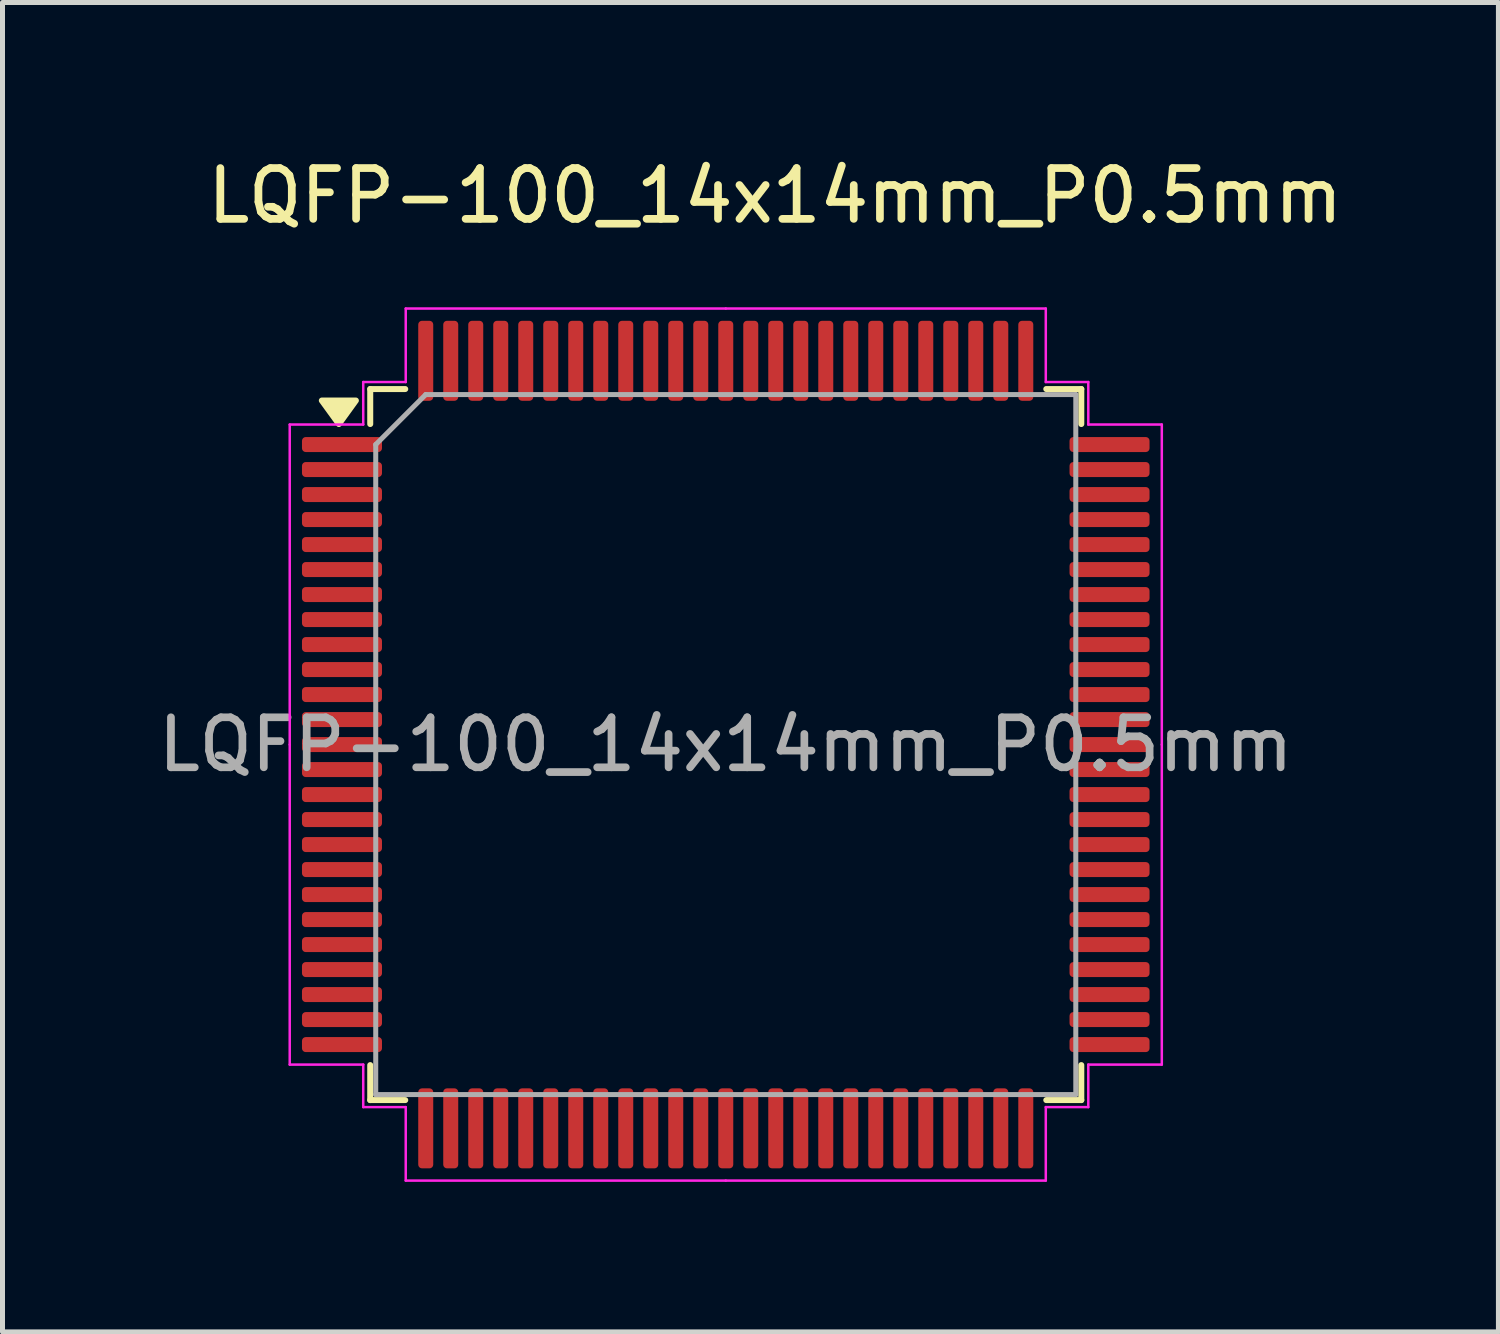
<source format=kicad_pcb>
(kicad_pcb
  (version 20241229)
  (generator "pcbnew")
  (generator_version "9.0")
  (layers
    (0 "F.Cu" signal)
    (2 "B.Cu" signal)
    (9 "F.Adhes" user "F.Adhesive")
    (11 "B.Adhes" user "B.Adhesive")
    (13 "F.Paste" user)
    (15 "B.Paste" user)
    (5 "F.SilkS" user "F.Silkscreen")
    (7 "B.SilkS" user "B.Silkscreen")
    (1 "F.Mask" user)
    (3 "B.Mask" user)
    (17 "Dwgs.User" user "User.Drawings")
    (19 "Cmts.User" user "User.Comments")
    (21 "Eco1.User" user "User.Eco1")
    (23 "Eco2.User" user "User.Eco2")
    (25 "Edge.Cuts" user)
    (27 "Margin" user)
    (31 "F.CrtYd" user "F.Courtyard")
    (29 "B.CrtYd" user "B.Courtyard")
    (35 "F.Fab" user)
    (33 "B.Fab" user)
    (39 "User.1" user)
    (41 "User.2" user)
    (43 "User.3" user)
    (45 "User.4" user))
  (footprint "LQFP-100_14x14mm_P0.5mm"
    (layer "F.Cu")
    (at 11.464 11.84)
    (property "Reference" "LQFP-100_14x14mm_P0.5mm" (at 0.988 -10.975 0) (layer "F.SilkS") (effects (font (size 1.016 1) (thickness 0.154))))
    (attr smd)
    (fp_line (start -7.11 -7.11) (end -7.11 -6.41) (stroke (width 0.12) (type solid)) (layer "F.SilkS"))
    (fp_line (start -7.11 7.11) (end -7.11 6.41) (stroke (width 0.12) (type solid)) (layer "F.SilkS"))
    (fp_line (start -6.41 -7.11) (end -7.11 -7.11) (stroke (width 0.12) (type solid)) (layer "F.SilkS"))
    (fp_line (start -6.41 7.11) (end -7.11 7.11) (stroke (width 0.12) (type solid)) (layer "F.SilkS"))
    (fp_line (start 6.41 -7.11) (end 7.11 -7.11) (stroke (width 0.12) (type solid)) (layer "F.SilkS"))
    (fp_line (start 6.41 7.11) (end 7.11 7.11) (stroke (width 0.12) (type solid)) (layer "F.SilkS"))
    (fp_line (start 7.11 -7.11) (end 7.11 -6.41) (stroke (width 0.12) (type solid)) (layer "F.SilkS"))
    (fp_line (start 7.11 7.11) (end 7.11 6.41) (stroke (width 0.12) (type solid)) (layer "F.SilkS"))
    (fp_poly (pts (xy -7.737 -6.41) (xy -8.078 -6.88) (xy -7.397 -6.88) (xy -7.737 -6.41)) (stroke (width 0.12) (type solid)) (fill yes) (layer "F.SilkS"))
    (fp_line (start -8.72 -6.4) (end -8.72 0) (stroke (width 0.05) (type solid)) (layer "F.CrtYd"))
    (fp_line (start -8.72 6.4) (end -8.72 0) (stroke (width 0.05) (type solid)) (layer "F.CrtYd"))
    (fp_line (start -7.25 -7.25) (end -7.25 -6.4) (stroke (width 0.05) (type solid)) (layer "F.CrtYd"))
    (fp_line (start -7.25 -6.4) (end -8.72 -6.4) (stroke (width 0.05) (type solid)) (layer "F.CrtYd"))
    (fp_line (start -7.25 6.4) (end -8.72 6.4) (stroke (width 0.05) (type solid)) (layer "F.CrtYd"))
    (fp_line (start -7.25 7.25) (end -7.25 6.4) (stroke (width 0.05) (type solid)) (layer "F.CrtYd"))
    (fp_line (start -6.4 -8.72) (end -6.4 -7.25) (stroke (width 0.05) (type solid)) (layer "F.CrtYd"))
    (fp_line (start -6.4 -7.25) (end -7.25 -7.25) (stroke (width 0.05) (type solid)) (layer "F.CrtYd"))
    (fp_line (start -6.4 7.25) (end -7.25 7.25) (stroke (width 0.05) (type solid)) (layer "F.CrtYd"))
    (fp_line (start -6.4 8.72) (end -6.4 7.25) (stroke (width 0.05) (type solid)) (layer "F.CrtYd"))
    (fp_line (start 0 -8.72) (end -6.4 -8.72) (stroke (width 0.05) (type solid)) (layer "F.CrtYd"))
    (fp_line (start 0 -8.72) (end 6.4 -8.72) (stroke (width 0.05) (type solid)) (layer "F.CrtYd"))
    (fp_line (start 0 8.72) (end -6.4 8.72) (stroke (width 0.05) (type solid)) (layer "F.CrtYd"))
    (fp_line (start 0 8.72) (end 6.4 8.72) (stroke (width 0.05) (type solid)) (layer "F.CrtYd"))
    (fp_line (start 6.4 -8.72) (end 6.4 -7.25) (stroke (width 0.05) (type solid)) (layer "F.CrtYd"))
    (fp_line (start 6.4 -7.25) (end 7.25 -7.25) (stroke (width 0.05) (type solid)) (layer "F.CrtYd"))
    (fp_line (start 6.4 7.25) (end 7.25 7.25) (stroke (width 0.05) (type solid)) (layer "F.CrtYd"))
    (fp_line (start 6.4 8.72) (end 6.4 7.25) (stroke (width 0.05) (type solid)) (layer "F.CrtYd"))
    (fp_line (start 7.25 -7.25) (end 7.25 -6.4) (stroke (width 0.05) (type solid)) (layer "F.CrtYd"))
    (fp_line (start 7.25 -6.4) (end 8.72 -6.4) (stroke (width 0.05) (type solid)) (layer "F.CrtYd"))
    (fp_line (start 7.25 6.4) (end 8.72 6.4) (stroke (width 0.05) (type solid)) (layer "F.CrtYd"))
    (fp_line (start 7.25 7.25) (end 7.25 6.4) (stroke (width 0.05) (type solid)) (layer "F.CrtYd"))
    (fp_line (start 8.72 -6.4) (end 8.72 0) (stroke (width 0.05) (type solid)) (layer "F.CrtYd"))
    (fp_line (start 8.72 6.4) (end 8.72 0) (stroke (width 0.05) (type solid)) (layer "F.CrtYd"))
    (fp_line (start -7 -6) (end -6 -7) (stroke (width 0.1) (type solid)) (layer "F.Fab"))
    (fp_line (start -7 7) (end -7 -6) (stroke (width 0.1) (type solid)) (layer "F.Fab"))
    (fp_line (start -6 -7) (end 7 -7) (stroke (width 0.1) (type solid)) (layer "F.Fab"))
    (fp_line (start 7 -7) (end 7 7) (stroke (width 0.1) (type solid)) (layer "F.Fab"))
    (fp_line (start 7 7) (end -7 7) (stroke (width 0.1) (type solid)) (layer "F.Fab"))
    (fp_text user "${REFERENCE}" (at 0 0 0) (layer "F.Fab") (effects (font (size 1 1) (thickness 0.154))))
    (pad "1" smd roundrect (at -7.675 -6) (size 1.6 0.3) (layers "F.Cu" "F.Mask" "F.Paste") (roundrect_rratio 0.25))
    (pad "2" smd roundrect (at -7.675 -5.5) (size 1.6 0.3) (layers "F.Cu" "F.Mask" "F.Paste") (roundrect_rratio 0.25))
    (pad "3" smd roundrect (at -7.675 -5) (size 1.6 0.3) (layers "F.Cu" "F.Mask" "F.Paste") (roundrect_rratio 0.25))
    (pad "4" smd roundrect (at -7.675 -4.5) (size 1.6 0.3) (layers "F.Cu" "F.Mask" "F.Paste") (roundrect_rratio 0.25))
    (pad "5" smd roundrect (at -7.675 -4) (size 1.6 0.3) (layers "F.Cu" "F.Mask" "F.Paste") (roundrect_rratio 0.25))
    (pad "6" smd roundrect (at -7.675 -3.5) (size 1.6 0.3) (layers "F.Cu" "F.Mask" "F.Paste") (roundrect_rratio 0.25))
    (pad "7" smd roundrect (at -7.675 -3) (size 1.6 0.3) (layers "F.Cu" "F.Mask" "F.Paste") (roundrect_rratio 0.25))
    (pad "8" smd roundrect (at -7.675 -2.5) (size 1.6 0.3) (layers "F.Cu" "F.Mask" "F.Paste") (roundrect_rratio 0.25))
    (pad "9" smd roundrect (at -7.675 -2) (size 1.6 0.3) (layers "F.Cu" "F.Mask" "F.Paste") (roundrect_rratio 0.25))
    (pad "10" smd roundrect (at -7.675 -1.5) (size 1.6 0.3) (layers "F.Cu" "F.Mask" "F.Paste") (roundrect_rratio 0.25))
    (pad "11" smd roundrect (at -7.675 -1) (size 1.6 0.3) (layers "F.Cu" "F.Mask" "F.Paste") (roundrect_rratio 0.25))
    (pad "12" smd roundrect (at -7.675 -0.5) (size 1.6 0.3) (layers "F.Cu" "F.Mask" "F.Paste") (roundrect_rratio 0.25))
    (pad "13" smd roundrect (at -7.675 0) (size 1.6 0.3) (layers "F.Cu" "F.Mask" "F.Paste") (roundrect_rratio 0.25))
    (pad "14" smd roundrect (at -7.675 0.5) (size 1.6 0.3) (layers "F.Cu" "F.Mask" "F.Paste") (roundrect_rratio 0.25))
    (pad "15" smd roundrect (at -7.675 1) (size 1.6 0.3) (layers "F.Cu" "F.Mask" "F.Paste") (roundrect_rratio 0.25))
    (pad "16" smd roundrect (at -7.675 1.5) (size 1.6 0.3) (layers "F.Cu" "F.Mask" "F.Paste") (roundrect_rratio 0.25))
    (pad "17" smd roundrect (at -7.675 2) (size 1.6 0.3) (layers "F.Cu" "F.Mask" "F.Paste") (roundrect_rratio 0.25))
    (pad "18" smd roundrect (at -7.675 2.5) (size 1.6 0.3) (layers "F.Cu" "F.Mask" "F.Paste") (roundrect_rratio 0.25))
    (pad "19" smd roundrect (at -7.675 3) (size 1.6 0.3) (layers "F.Cu" "F.Mask" "F.Paste") (roundrect_rratio 0.25))
    (pad "20" smd roundrect (at -7.675 3.5) (size 1.6 0.3) (layers "F.Cu" "F.Mask" "F.Paste") (roundrect_rratio 0.25))
    (pad "21" smd roundrect (at -7.675 4) (size 1.6 0.3) (layers "F.Cu" "F.Mask" "F.Paste") (roundrect_rratio 0.25))
    (pad "22" smd roundrect (at -7.675 4.5) (size 1.6 0.3) (layers "F.Cu" "F.Mask" "F.Paste") (roundrect_rratio 0.25))
    (pad "23" smd roundrect (at -7.675 5) (size 1.6 0.3) (layers "F.Cu" "F.Mask" "F.Paste") (roundrect_rratio 0.25))
    (pad "24" smd roundrect (at -7.675 5.5) (size 1.6 0.3) (layers "F.Cu" "F.Mask" "F.Paste") (roundrect_rratio 0.25))
    (pad "25" smd roundrect (at -7.675 6) (size 1.6 0.3) (layers "F.Cu" "F.Mask" "F.Paste") (roundrect_rratio 0.25))
    (pad "26" smd roundrect (at -6 7.675) (size 0.3 1.6) (layers "F.Cu" "F.Mask" "F.Paste") (roundrect_rratio 0.25))
    (pad "27" smd roundrect (at -5.5 7.675) (size 0.3 1.6) (layers "F.Cu" "F.Mask" "F.Paste") (roundrect_rratio 0.25))
    (pad "28" smd roundrect (at -5 7.675) (size 0.3 1.6) (layers "F.Cu" "F.Mask" "F.Paste") (roundrect_rratio 0.25))
    (pad "29" smd roundrect (at -4.5 7.675) (size 0.3 1.6) (layers "F.Cu" "F.Mask" "F.Paste") (roundrect_rratio 0.25))
    (pad "30" smd roundrect (at -4 7.675) (size 0.3 1.6) (layers "F.Cu" "F.Mask" "F.Paste") (roundrect_rratio 0.25))
    (pad "31" smd roundrect (at -3.5 7.675) (size 0.3 1.6) (layers "F.Cu" "F.Mask" "F.Paste") (roundrect_rratio 0.25))
    (pad "32" smd roundrect (at -3 7.675) (size 0.3 1.6) (layers "F.Cu" "F.Mask" "F.Paste") (roundrect_rratio 0.25))
    (pad "33" smd roundrect (at -2.5 7.675) (size 0.3 1.6) (layers "F.Cu" "F.Mask" "F.Paste") (roundrect_rratio 0.25))
    (pad "34" smd roundrect (at -2 7.675) (size 0.3 1.6) (layers "F.Cu" "F.Mask" "F.Paste") (roundrect_rratio 0.25))
    (pad "35" smd roundrect (at -1.5 7.675) (size 0.3 1.6) (layers "F.Cu" "F.Mask" "F.Paste") (roundrect_rratio 0.25))
    (pad "36" smd roundrect (at -1 7.675) (size 0.3 1.6) (layers "F.Cu" "F.Mask" "F.Paste") (roundrect_rratio 0.25))
    (pad "37" smd roundrect (at -0.5 7.675) (size 0.3 1.6) (layers "F.Cu" "F.Mask" "F.Paste") (roundrect_rratio 0.25))
    (pad "38" smd roundrect (at 0 7.675) (size 0.3 1.6) (layers "F.Cu" "F.Mask" "F.Paste") (roundrect_rratio 0.25))
    (pad "39" smd roundrect (at 0.5 7.675) (size 0.3 1.6) (layers "F.Cu" "F.Mask" "F.Paste") (roundrect_rratio 0.25))
    (pad "40" smd roundrect (at 1 7.675) (size 0.3 1.6) (layers "F.Cu" "F.Mask" "F.Paste") (roundrect_rratio 0.25))
    (pad "41" smd roundrect (at 1.5 7.675) (size 0.3 1.6) (layers "F.Cu" "F.Mask" "F.Paste") (roundrect_rratio 0.25))
    (pad "42" smd roundrect (at 2 7.675) (size 0.3 1.6) (layers "F.Cu" "F.Mask" "F.Paste") (roundrect_rratio 0.25))
    (pad "43" smd roundrect (at 2.5 7.675) (size 0.3 1.6) (layers "F.Cu" "F.Mask" "F.Paste") (roundrect_rratio 0.25))
    (pad "44" smd roundrect (at 3 7.675) (size 0.3 1.6) (layers "F.Cu" "F.Mask" "F.Paste") (roundrect_rratio 0.25))
    (pad "45" smd roundrect (at 3.5 7.675) (size 0.3 1.6) (layers "F.Cu" "F.Mask" "F.Paste") (roundrect_rratio 0.25))
    (pad "46" smd roundrect (at 4 7.675) (size 0.3 1.6) (layers "F.Cu" "F.Mask" "F.Paste") (roundrect_rratio 0.25))
    (pad "47" smd roundrect (at 4.5 7.675) (size 0.3 1.6) (layers "F.Cu" "F.Mask" "F.Paste") (roundrect_rratio 0.25))
    (pad "48" smd roundrect (at 5 7.675) (size 0.3 1.6) (layers "F.Cu" "F.Mask" "F.Paste") (roundrect_rratio 0.25))
    (pad "49" smd roundrect (at 5.5 7.675) (size 0.3 1.6) (layers "F.Cu" "F.Mask" "F.Paste") (roundrect_rratio 0.25))
    (pad "50" smd roundrect (at 6 7.675) (size 0.3 1.6) (layers "F.Cu" "F.Mask" "F.Paste") (roundrect_rratio 0.25))
    (pad "51" smd roundrect (at 7.675 6) (size 1.6 0.3) (layers "F.Cu" "F.Mask" "F.Paste") (roundrect_rratio 0.25))
    (pad "52" smd roundrect (at 7.675 5.5) (size 1.6 0.3) (layers "F.Cu" "F.Mask" "F.Paste") (roundrect_rratio 0.25))
    (pad "53" smd roundrect (at 7.675 5) (size 1.6 0.3) (layers "F.Cu" "F.Mask" "F.Paste") (roundrect_rratio 0.25))
    (pad "54" smd roundrect (at 7.675 4.5) (size 1.6 0.3) (layers "F.Cu" "F.Mask" "F.Paste") (roundrect_rratio 0.25))
    (pad "55" smd roundrect (at 7.675 4) (size 1.6 0.3) (layers "F.Cu" "F.Mask" "F.Paste") (roundrect_rratio 0.25))
    (pad "56" smd roundrect (at 7.675 3.5) (size 1.6 0.3) (layers "F.Cu" "F.Mask" "F.Paste") (roundrect_rratio 0.25))
    (pad "57" smd roundrect (at 7.675 3) (size 1.6 0.3) (layers "F.Cu" "F.Mask" "F.Paste") (roundrect_rratio 0.25))
    (pad "58" smd roundrect (at 7.675 2.5) (size 1.6 0.3) (layers "F.Cu" "F.Mask" "F.Paste") (roundrect_rratio 0.25))
    (pad "59" smd roundrect (at 7.675 2) (size 1.6 0.3) (layers "F.Cu" "F.Mask" "F.Paste") (roundrect_rratio 0.25))
    (pad "60" smd roundrect (at 7.675 1.5) (size 1.6 0.3) (layers "F.Cu" "F.Mask" "F.Paste") (roundrect_rratio 0.25))
    (pad "61" smd roundrect (at 7.675 1) (size 1.6 0.3) (layers "F.Cu" "F.Mask" "F.Paste") (roundrect_rratio 0.25))
    (pad "62" smd roundrect (at 7.675 0.5) (size 1.6 0.3) (layers "F.Cu" "F.Mask" "F.Paste") (roundrect_rratio 0.25))
    (pad "63" smd roundrect (at 7.675 0) (size 1.6 0.3) (layers "F.Cu" "F.Mask" "F.Paste") (roundrect_rratio 0.25))
    (pad "64" smd roundrect (at 7.675 -0.5) (size 1.6 0.3) (layers "F.Cu" "F.Mask" "F.Paste") (roundrect_rratio 0.25))
    (pad "65" smd roundrect (at 7.675 -1) (size 1.6 0.3) (layers "F.Cu" "F.Mask" "F.Paste") (roundrect_rratio 0.25))
    (pad "66" smd roundrect (at 7.675 -1.5) (size 1.6 0.3) (layers "F.Cu" "F.Mask" "F.Paste") (roundrect_rratio 0.25))
    (pad "67" smd roundrect (at 7.675 -2) (size 1.6 0.3) (layers "F.Cu" "F.Mask" "F.Paste") (roundrect_rratio 0.25))
    (pad "68" smd roundrect (at 7.675 -2.5) (size 1.6 0.3) (layers "F.Cu" "F.Mask" "F.Paste") (roundrect_rratio 0.25))
    (pad "69" smd roundrect (at 7.675 -3) (size 1.6 0.3) (layers "F.Cu" "F.Mask" "F.Paste") (roundrect_rratio 0.25))
    (pad "70" smd roundrect (at 7.675 -3.5) (size 1.6 0.3) (layers "F.Cu" "F.Mask" "F.Paste") (roundrect_rratio 0.25))
    (pad "71" smd roundrect (at 7.675 -4) (size 1.6 0.3) (layers "F.Cu" "F.Mask" "F.Paste") (roundrect_rratio 0.25))
    (pad "72" smd roundrect (at 7.675 -4.5) (size 1.6 0.3) (layers "F.Cu" "F.Mask" "F.Paste") (roundrect_rratio 0.25))
    (pad "73" smd roundrect (at 7.675 -5) (size 1.6 0.3) (layers "F.Cu" "F.Mask" "F.Paste") (roundrect_rratio 0.25))
    (pad "74" smd roundrect (at 7.675 -5.5) (size 1.6 0.3) (layers "F.Cu" "F.Mask" "F.Paste") (roundrect_rratio 0.25))
    (pad "75" smd roundrect (at 7.675 -6) (size 1.6 0.3) (layers "F.Cu" "F.Mask" "F.Paste") (roundrect_rratio 0.25))
    (pad "76" smd roundrect (at 6 -7.675) (size 0.3 1.6) (layers "F.Cu" "F.Mask" "F.Paste") (roundrect_rratio 0.25))
    (pad "77" smd roundrect (at 5.5 -7.675) (size 0.3 1.6) (layers "F.Cu" "F.Mask" "F.Paste") (roundrect_rratio 0.25))
    (pad "78" smd roundrect (at 5 -7.675) (size 0.3 1.6) (layers "F.Cu" "F.Mask" "F.Paste") (roundrect_rratio 0.25))
    (pad "79" smd roundrect (at 4.5 -7.675) (size 0.3 1.6) (layers "F.Cu" "F.Mask" "F.Paste") (roundrect_rratio 0.25))
    (pad "80" smd roundrect (at 4 -7.675) (size 0.3 1.6) (layers "F.Cu" "F.Mask" "F.Paste") (roundrect_rratio 0.25))
    (pad "81" smd roundrect (at 3.5 -7.675) (size 0.3 1.6) (layers "F.Cu" "F.Mask" "F.Paste") (roundrect_rratio 0.25))
    (pad "82" smd roundrect (at 3 -7.675) (size 0.3 1.6) (layers "F.Cu" "F.Mask" "F.Paste") (roundrect_rratio 0.25))
    (pad "83" smd roundrect (at 2.5 -7.675) (size 0.3 1.6) (layers "F.Cu" "F.Mask" "F.Paste") (roundrect_rratio 0.25))
    (pad "84" smd roundrect (at 2 -7.675) (size 0.3 1.6) (layers "F.Cu" "F.Mask" "F.Paste") (roundrect_rratio 0.25))
    (pad "85" smd roundrect (at 1.5 -7.675) (size 0.3 1.6) (layers "F.Cu" "F.Mask" "F.Paste") (roundrect_rratio 0.25))
    (pad "86" smd roundrect (at 1 -7.675) (size 0.3 1.6) (layers "F.Cu" "F.Mask" "F.Paste") (roundrect_rratio 0.25))
    (pad "87" smd roundrect (at 0.5 -7.675) (size 0.3 1.6) (layers "F.Cu" "F.Mask" "F.Paste") (roundrect_rratio 0.25))
    (pad "88" smd roundrect (at 0 -7.675) (size 0.3 1.6) (layers "F.Cu" "F.Mask" "F.Paste") (roundrect_rratio 0.25))
    (pad "89" smd roundrect (at -0.5 -7.675) (size 0.3 1.6) (layers "F.Cu" "F.Mask" "F.Paste") (roundrect_rratio 0.25))
    (pad "90" smd roundrect (at -1 -7.675) (size 0.3 1.6) (layers "F.Cu" "F.Mask" "F.Paste") (roundrect_rratio 0.25))
    (pad "91" smd roundrect (at -1.5 -7.675) (size 0.3 1.6) (layers "F.Cu" "F.Mask" "F.Paste") (roundrect_rratio 0.25))
    (pad "92" smd roundrect (at -2 -7.675) (size 0.3 1.6) (layers "F.Cu" "F.Mask" "F.Paste") (roundrect_rratio 0.25))
    (pad "93" smd roundrect (at -2.5 -7.675) (size 0.3 1.6) (layers "F.Cu" "F.Mask" "F.Paste") (roundrect_rratio 0.25))
    (pad "94" smd roundrect (at -3 -7.675) (size 0.3 1.6) (layers "F.Cu" "F.Mask" "F.Paste") (roundrect_rratio 0.25))
    (pad "95" smd roundrect (at -3.5 -7.675) (size 0.3 1.6) (layers "F.Cu" "F.Mask" "F.Paste") (roundrect_rratio 0.25))
    (pad "96" smd roundrect (at -4 -7.675) (size 0.3 1.6) (layers "F.Cu" "F.Mask" "F.Paste") (roundrect_rratio 0.25))
    (pad "97" smd roundrect (at -4.5 -7.675) (size 0.3 1.6) (layers "F.Cu" "F.Mask" "F.Paste") (roundrect_rratio 0.25))
    (pad "98" smd roundrect (at -5 -7.675) (size 0.3 1.6) (layers "F.Cu" "F.Mask" "F.Paste") (roundrect_rratio 0.25))
    (pad "99" smd roundrect (at -5.5 -7.675) (size 0.3 1.6) (layers "F.Cu" "F.Mask" "F.Paste") (roundrect_rratio 0.25))
    (pad "100" smd roundrect (at -6 -7.675) (size 0.3 1.6) (layers "F.Cu" "F.Mask" "F.Paste") (roundrect_rratio 0.25)))
  (gr_rect
    (start -3 -3)
    (end 26.916 23.585)
    (stroke (width 0.1) (type default))
    (fill no)
    (layer "Edge.Cuts")))
</source>
